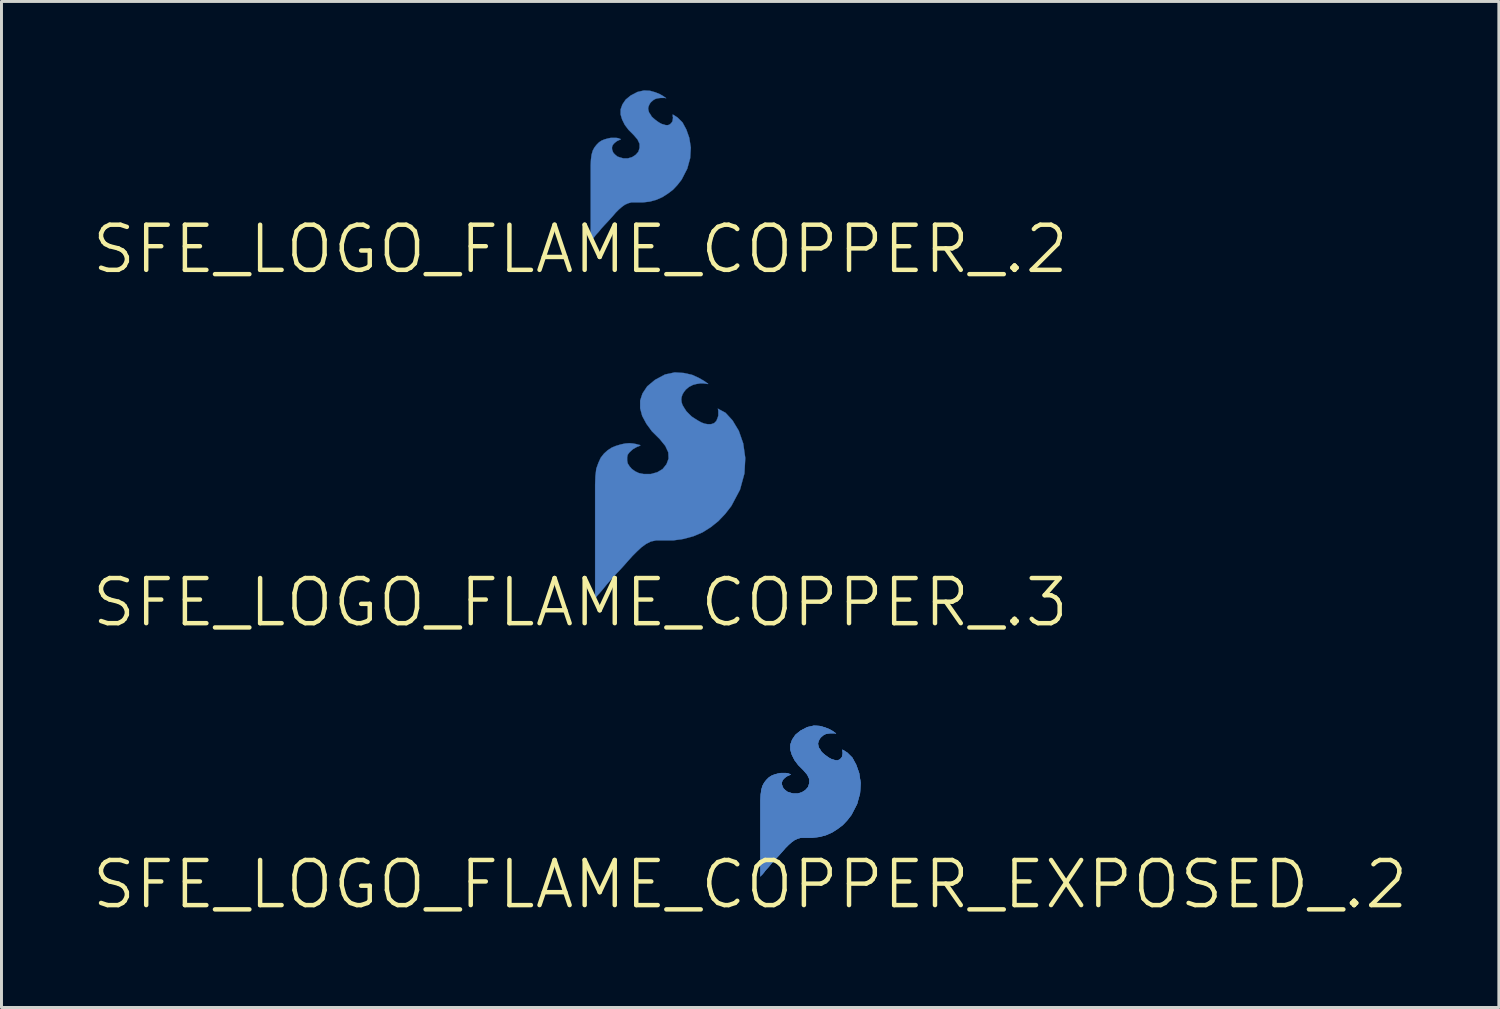
<source format=kicad_pcb>
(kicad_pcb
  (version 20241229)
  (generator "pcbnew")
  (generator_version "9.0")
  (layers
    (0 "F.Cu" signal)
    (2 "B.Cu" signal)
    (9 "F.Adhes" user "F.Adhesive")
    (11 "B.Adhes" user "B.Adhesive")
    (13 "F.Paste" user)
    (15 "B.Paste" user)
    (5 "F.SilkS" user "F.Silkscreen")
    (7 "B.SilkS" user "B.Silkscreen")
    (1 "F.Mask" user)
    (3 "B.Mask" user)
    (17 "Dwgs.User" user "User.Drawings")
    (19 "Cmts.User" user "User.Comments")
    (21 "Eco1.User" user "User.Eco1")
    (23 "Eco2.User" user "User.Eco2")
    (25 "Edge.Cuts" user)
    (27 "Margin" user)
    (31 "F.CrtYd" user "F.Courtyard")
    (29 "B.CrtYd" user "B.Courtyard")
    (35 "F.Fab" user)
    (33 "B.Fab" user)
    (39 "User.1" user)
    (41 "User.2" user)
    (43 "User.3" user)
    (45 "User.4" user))
  (footprint "SFE_LOGO_FLAME_COPPER_.2"
    (layer "F.Cu")
    (at 16.546 5.364)
    (property "Reference" "SFE_LOGO_FLAME_COPPER_.2" (at 0 0 0) (layer "F.SilkS") (effects (font (size 1.524 1.524) (thickness 0.15))))
    (attr exclude_from_pos_files exclude_from_bom)
    (fp_poly (pts (xy 3.119 -4.539) (xy 3.119 -4.488) (xy 3.129 -4.44) (xy 3.119 -4.379) (xy 3.109 -4.318) (xy 3.078 -4.27) (xy 3.028 -4.219) (xy 2.959 -4.188) (xy 2.888 -4.188) (xy 2.819 -4.209) (xy 2.748 -4.229) (xy 2.67 -4.27) (xy 2.598 -4.318) (xy 2.53 -4.369) (xy 2.459 -4.43) (xy 2.408 -4.478) (xy 2.36 -4.559) (xy 2.319 -4.618) (xy 2.299 -4.689) (xy 2.289 -4.75) (xy 2.299 -4.808) (xy 2.319 -4.859) (xy 2.349 -4.92) (xy 2.388 -4.968) (xy 2.469 -5.039) (xy 2.548 -5.08) (xy 2.629 -5.098) (xy 2.718 -5.108) (xy 2.85 -5.108) (xy 2.888 -5.098) (xy 2.898 -5.098) (xy 2.868 -5.118) (xy 2.799 -5.169) (xy 2.68 -5.237) (xy 2.53 -5.298) (xy 2.349 -5.349) (xy 2.149 -5.359) (xy 1.928 -5.309) (xy 1.699 -5.189) (xy 1.529 -5.05) (xy 1.42 -4.889) (xy 1.359 -4.719) (xy 1.359 -4.549) (xy 1.41 -4.379) (xy 1.499 -4.199) (xy 1.628 -4.028) (xy 1.798 -3.858) (xy 1.928 -3.708) (xy 1.999 -3.559) (xy 1.999 -3.419) (xy 1.958 -3.289) (xy 1.869 -3.188) (xy 1.748 -3.109) (xy 1.608 -3.068) (xy 1.448 -3.068) (xy 1.339 -3.099) (xy 1.25 -3.129) (xy 1.179 -3.188) (xy 1.118 -3.249) (xy 1.09 -3.31) (xy 1.069 -3.378) (xy 1.069 -3.449) (xy 1.09 -3.508) (xy 1.118 -3.548) (xy 1.158 -3.589) (xy 1.209 -3.63) (xy 1.25 -3.658) (xy 1.298 -3.678) (xy 1.339 -3.698) (xy 1.359 -3.708) (xy 1.369 -3.719) (xy 1.359 -3.719) (xy 1.328 -3.729) (xy 1.278 -3.749) (xy 1.209 -3.759) (xy 1.029 -3.759) (xy 0.93 -3.739) (xy 0.818 -3.708) (xy 0.719 -3.668) (xy 0.63 -3.609) (xy 0.549 -3.528) (xy 0.478 -3.439) (xy 0.419 -3.33) (xy 0.378 -3.188) (xy 0.358 -3.028) (xy 0.348 -2.84) (xy 0.348 -0.269) (xy 0.358 -0.29) (xy 0.399 -0.328) (xy 0.46 -0.399) (xy 0.528 -0.488) (xy 0.62 -0.589) (xy 0.719 -0.709) (xy 0.828 -0.828) (xy 0.95 -0.958) (xy 1.079 -1.1) (xy 1.189 -1.229) (xy 1.298 -1.339) (xy 1.4 -1.427) (xy 1.499 -1.499) (xy 1.608 -1.549) (xy 1.72 -1.58) (xy 2.108 -1.58) (xy 2.349 -1.608) (xy 2.568 -1.669) (xy 2.769 -1.758) (xy 2.959 -1.88) (xy 3.129 -2.009) (xy 3.279 -2.169) (xy 3.419 -2.349) (xy 3.609 -2.718) (xy 3.708 -3.078) (xy 3.729 -3.429) (xy 3.678 -3.759) (xy 3.579 -4.039) (xy 3.449 -4.28) (xy 3.279 -4.448) (xy 3.119 -4.549)) (stroke (width 0.01) (type solid)) (fill yes) (layer "B.Cu")))
  (footprint "SFE_LOGO_FLAME_COPPER_EXPOSED_.2"
    (layer "F.Cu")
    (at 22.279 26.813)
    (property "Reference" "SFE_LOGO_FLAME_COPPER_EXPOSED_.2" (at 0 0 0) (layer "F.SilkS") (effects (font (size 1.524 1.524) (thickness 0.15))))
    (attr exclude_from_pos_files exclude_from_bom)
    (fp_poly (pts (xy 3.119 -4.549) (xy 3.119 -4.488) (xy 3.129 -4.44) (xy 3.109 -4.318) (xy 3.078 -4.27) (xy 3.028 -4.219) (xy 2.959 -4.188) (xy 2.888 -4.188) (xy 2.748 -4.229) (xy 2.67 -4.27) (xy 2.53 -4.369) (xy 2.459 -4.43) (xy 2.408 -4.478) (xy 2.36 -4.559) (xy 2.319 -4.618) (xy 2.299 -4.689) (xy 2.289 -4.75) (xy 2.299 -4.808) (xy 2.319 -4.859) (xy 2.349 -4.92) (xy 2.388 -4.968) (xy 2.469 -5.039) (xy 2.548 -5.08) (xy 2.629 -5.098) (xy 2.718 -5.108) (xy 2.85 -5.108) (xy 2.888 -5.098) (xy 2.898 -5.098) (xy 2.868 -5.118) (xy 2.799 -5.169) (xy 2.68 -5.237) (xy 2.53 -5.298) (xy 2.349 -5.349) (xy 2.149 -5.359) (xy 1.928 -5.309) (xy 1.699 -5.189) (xy 1.529 -5.05) (xy 1.42 -4.889) (xy 1.359 -4.719) (xy 1.359 -4.549) (xy 1.41 -4.379) (xy 1.499 -4.199) (xy 1.628 -4.028) (xy 1.798 -3.858) (xy 1.928 -3.708) (xy 1.999 -3.559) (xy 1.999 -3.419) (xy 1.958 -3.289) (xy 1.869 -3.188) (xy 1.748 -3.109) (xy 1.608 -3.068) (xy 1.448 -3.068) (xy 1.339 -3.099) (xy 1.25 -3.129) (xy 1.179 -3.188) (xy 1.118 -3.249) (xy 1.09 -3.31) (xy 1.069 -3.378) (xy 1.069 -3.449) (xy 1.09 -3.508) (xy 1.118 -3.548) (xy 1.158 -3.589) (xy 1.209 -3.63) (xy 1.25 -3.658) (xy 1.298 -3.678) (xy 1.359 -3.708) (xy 1.369 -3.719) (xy 1.359 -3.719) (xy 1.328 -3.729) (xy 1.278 -3.749) (xy 1.209 -3.759) (xy 1.029 -3.759) (xy 0.93 -3.739) (xy 0.818 -3.708) (xy 0.719 -3.668) (xy 0.63 -3.609) (xy 0.549 -3.528) (xy 0.478 -3.439) (xy 0.419 -3.33) (xy 0.378 -3.188) (xy 0.358 -3.028) (xy 0.348 -2.84) (xy 0.348 -0.269) (xy 0.358 -0.29) (xy 0.399 -0.328) (xy 0.46 -0.399) (xy 0.528 -0.488) (xy 0.62 -0.589) (xy 0.719 -0.709) (xy 0.828 -0.828) (xy 0.95 -0.958) (xy 1.079 -1.1) (xy 1.189 -1.229) (xy 1.298 -1.339) (xy 1.4 -1.427) (xy 1.499 -1.499) (xy 1.608 -1.549) (xy 1.72 -1.58) (xy 2.108 -1.58) (xy 2.349 -1.608) (xy 2.568 -1.669) (xy 2.769 -1.758) (xy 2.959 -1.88) (xy 3.129 -2.009) (xy 3.279 -2.169) (xy 3.419 -2.349) (xy 3.609 -2.718) (xy 3.708 -3.078) (xy 3.729 -3.429) (xy 3.678 -3.759) (xy 3.579 -4.039) (xy 3.449 -4.28) (xy 3.279 -4.448)) (stroke (width 0.01) (type solid)) (fill yes) (layer "B.Cu"))
    (fp_poly (pts (xy 3.119 -4.539) (xy 3.119 -4.488) (xy 3.129 -4.44) (xy 3.119 -4.379) (xy 3.109 -4.318) (xy 3.078 -4.27) (xy 3.028 -4.219) (xy 2.959 -4.188) (xy 2.888 -4.188) (xy 2.819 -4.209) (xy 2.748 -4.229) (xy 2.67 -4.27) (xy 2.598 -4.318) (xy 2.53 -4.369) (xy 2.459 -4.43) (xy 2.408 -4.478) (xy 2.36 -4.559) (xy 2.319 -4.618) (xy 2.299 -4.689) (xy 2.289 -4.75) (xy 2.299 -4.808) (xy 2.319 -4.859) (xy 2.349 -4.92) (xy 2.388 -4.968) (xy 2.469 -5.039) (xy 2.548 -5.08) (xy 2.629 -5.098) (xy 2.718 -5.108) (xy 2.85 -5.108) (xy 2.888 -5.098) (xy 2.898 -5.098) (xy 2.868 -5.118) (xy 2.799 -5.169) (xy 2.68 -5.237) (xy 2.53 -5.298) (xy 2.349 -5.349) (xy 2.149 -5.359) (xy 1.928 -5.309) (xy 1.699 -5.189) (xy 1.529 -5.05) (xy 1.42 -4.889) (xy 1.359 -4.719) (xy 1.359 -4.549) (xy 1.41 -4.379) (xy 1.499 -4.199) (xy 1.628 -4.028) (xy 1.798 -3.858) (xy 1.928 -3.708) (xy 1.999 -3.559) (xy 1.999 -3.419) (xy 1.958 -3.289) (xy 1.869 -3.188) (xy 1.748 -3.109) (xy 1.608 -3.068) (xy 1.448 -3.068) (xy 1.339 -3.099) (xy 1.25 -3.129) (xy 1.179 -3.188) (xy 1.118 -3.249) (xy 1.09 -3.31) (xy 1.069 -3.378) (xy 1.069 -3.449) (xy 1.09 -3.508) (xy 1.118 -3.548) (xy 1.158 -3.589) (xy 1.209 -3.63) (xy 1.25 -3.658) (xy 1.298 -3.678) (xy 1.339 -3.698) (xy 1.359 -3.708) (xy 1.369 -3.719) (xy 1.359 -3.719) (xy 1.328 -3.729) (xy 1.278 -3.749) (xy 1.209 -3.759) (xy 1.029 -3.759) (xy 0.93 -3.739) (xy 0.818 -3.708) (xy 0.719 -3.668) (xy 0.63 -3.609) (xy 0.549 -3.528) (xy 0.478 -3.439) (xy 0.419 -3.33) (xy 0.378 -3.188) (xy 0.358 -3.028) (xy 0.348 -2.84) (xy 0.348 -0.269) (xy 0.358 -0.29) (xy 0.399 -0.328) (xy 0.46 -0.399) (xy 0.528 -0.488) (xy 0.62 -0.589) (xy 0.719 -0.709) (xy 0.828 -0.828) (xy 0.95 -0.958) (xy 1.079 -1.1) (xy 1.189 -1.229) (xy 1.298 -1.339) (xy 1.4 -1.427) (xy 1.499 -1.499) (xy 1.608 -1.549) (xy 1.72 -1.58) (xy 2.108 -1.58) (xy 2.349 -1.608) (xy 2.568 -1.669) (xy 2.769 -1.758) (xy 2.959 -1.88) (xy 3.129 -2.009) (xy 3.279 -2.169) (xy 3.419 -2.349) (xy 3.609 -2.718) (xy 3.708 -3.078) (xy 3.729 -3.429) (xy 3.678 -3.759) (xy 3.579 -4.039) (xy 3.449 -4.28) (xy 3.279 -4.448) (xy 3.119 -4.549)) (stroke (width 0.01) (type solid)) (fill yes) (layer "B.Cu")))
  (footprint "SFE_LOGO_FLAME_COPPER_.3"
    (layer "F.Cu")
    (at 16.546 17.294)
    (property "Reference" "SFE_LOGO_FLAME_COPPER_.3" (at 0 0 0) (layer "F.SilkS") (effects (font (size 1.524 1.524) (thickness 0.15))))
    (attr exclude_from_pos_files exclude_from_bom)
    (fp_poly (pts (xy 4.648 -6.538) (xy 4.648 -6.518) (xy 4.658 -6.469) (xy 4.658 -6.309) (xy 4.628 -6.218) (xy 4.59 -6.129) (xy 4.519 -6.058) (xy 4.409 -6.02) (xy 4.308 -6.02) (xy 4.199 -6.038) (xy 4.089 -6.078) (xy 3.978 -6.139) (xy 3.868 -6.208) (xy 3.759 -6.279) (xy 3.668 -6.368) (xy 3.579 -6.459) (xy 3.508 -6.568) (xy 3.449 -6.668) (xy 3.419 -6.759) (xy 3.409 -6.858) (xy 3.419 -6.939) (xy 3.449 -7.028) (xy 3.498 -7.109) (xy 3.559 -7.188) (xy 3.668 -7.28) (xy 3.8 -7.348) (xy 3.919 -7.379) (xy 4.049 -7.399) (xy 4.148 -7.399) (xy 4.239 -7.389) (xy 4.298 -7.379) (xy 4.318 -7.379) (xy 4.28 -7.409) (xy 4.168 -7.488) (xy 3.988 -7.59) (xy 3.769 -7.689) (xy 3.49 -7.75) (xy 3.188 -7.77) (xy 2.857 -7.699) (xy 2.52 -7.518) (xy 2.258 -7.3) (xy 2.098 -7.059) (xy 2.019 -6.82) (xy 2.019 -6.558) (xy 2.088 -6.299) (xy 2.228 -6.038) (xy 2.418 -5.779) (xy 2.68 -5.519) (xy 2.868 -5.288) (xy 2.969 -5.07) (xy 2.979 -4.859) (xy 2.908 -4.669) (xy 2.779 -4.508) (xy 2.598 -4.399) (xy 2.38 -4.338) (xy 2.139 -4.338) (xy 1.979 -4.369) (xy 1.849 -4.43) (xy 1.74 -4.508) (xy 1.659 -4.6) (xy 1.598 -4.699) (xy 1.58 -4.798) (xy 1.58 -4.9) (xy 1.598 -4.989) (xy 1.648 -5.06) (xy 1.709 -5.118) (xy 1.778 -5.179) (xy 1.849 -5.22) (xy 1.918 -5.258) (xy 1.979 -5.278) (xy 2.009 -5.298) (xy 2.029 -5.309) (xy 2.009 -5.319) (xy 1.958 -5.329) (xy 1.89 -5.349) (xy 1.778 -5.37) (xy 1.659 -5.38) (xy 1.519 -5.37) (xy 1.369 -5.339) (xy 1.199 -5.288) (xy 1.059 -5.23) (xy 0.919 -5.138) (xy 0.798 -5.029) (xy 0.688 -4.889) (xy 0.61 -4.719) (xy 0.538 -4.519) (xy 0.508 -4.27) (xy 0.498 -3.978) (xy 0.498 -0.14) (xy 0.518 -0.157) (xy 0.569 -0.229) (xy 0.658 -0.328) (xy 0.77 -0.46) (xy 0.899 -0.62) (xy 1.049 -0.79) (xy 1.219 -0.978) (xy 1.4 -1.168) (xy 1.587 -1.379) (xy 1.758 -1.57) (xy 1.918 -1.73) (xy 2.068 -1.869) (xy 2.22 -1.979) (xy 2.38 -2.06) (xy 2.558 -2.098) (xy 3.139 -2.098) (xy 3.49 -2.149) (xy 3.818 -2.238) (xy 4.128 -2.37) (xy 4.409 -2.548) (xy 4.658 -2.748) (xy 4.889 -2.99) (xy 5.098 -3.259) (xy 5.39 -3.81) (xy 5.54 -4.359) (xy 5.568 -4.879) (xy 5.499 -5.37) (xy 5.349 -5.799) (xy 5.138 -6.149) (xy 4.9 -6.408) (xy 4.638 -6.548)) (stroke (width 0.01) (type solid)) (fill yes) (layer "B.Cu")))
  (gr_rect
    (start -3 -3)
    (end 47.559 30.968)
    (stroke (width 0.1) (type default))
    (fill no)
    (layer "Edge.Cuts")))
</source>
